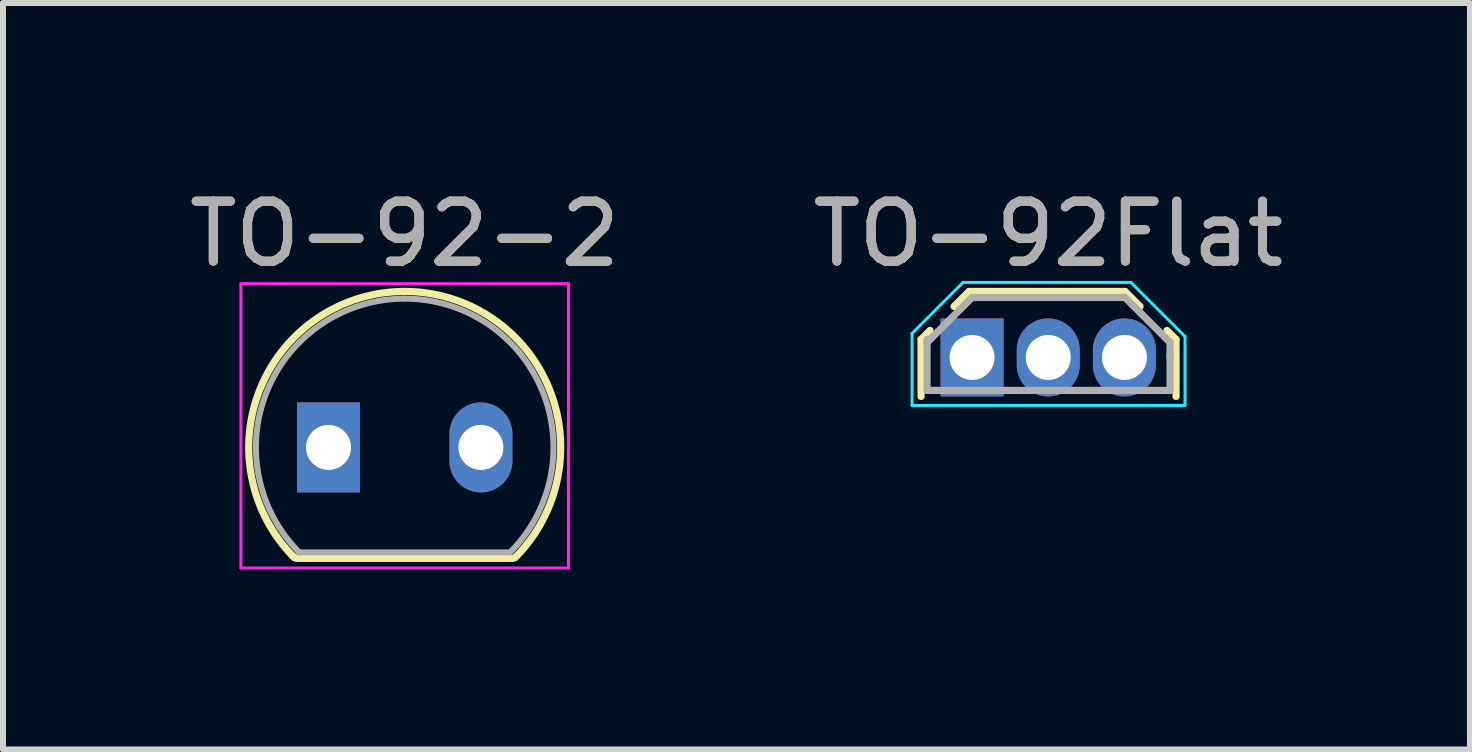
<source format=kicad_pcb>
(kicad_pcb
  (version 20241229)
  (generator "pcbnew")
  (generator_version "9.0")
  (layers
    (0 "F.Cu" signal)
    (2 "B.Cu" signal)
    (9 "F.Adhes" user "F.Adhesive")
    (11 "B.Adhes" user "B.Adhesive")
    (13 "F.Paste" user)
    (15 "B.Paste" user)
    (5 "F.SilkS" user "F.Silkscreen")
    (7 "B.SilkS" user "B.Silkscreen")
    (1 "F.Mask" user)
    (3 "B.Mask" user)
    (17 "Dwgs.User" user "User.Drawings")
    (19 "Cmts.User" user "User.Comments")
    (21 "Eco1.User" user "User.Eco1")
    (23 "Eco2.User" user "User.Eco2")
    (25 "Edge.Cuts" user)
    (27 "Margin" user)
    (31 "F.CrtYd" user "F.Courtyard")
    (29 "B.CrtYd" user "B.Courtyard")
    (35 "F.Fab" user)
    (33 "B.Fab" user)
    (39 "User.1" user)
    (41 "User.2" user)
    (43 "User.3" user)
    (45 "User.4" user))
  (footprint "TO-92-2"
    (layer "F.Cu")
    (at 2.426 4.408)
    (property "Reference" "TO-92-2" (at 1.27 -3.56 0) (layer "F.SilkS") (effects (font (size 1 1) (thickness 0.15))))
    (attr through_hole)
    (fp_line (start -0.53 1.85) (end 3.07 1.85) (stroke (width 0.12) (type solid)) (layer "F.SilkS"))
    (fp_arc (start -0.568478 1.838478) (mid -1.132087 -0.994977) (end 1.27 -2.6) (stroke (width 0.12) (type solid)) (layer "F.SilkS"))
    (fp_arc (start 1.27 -2.6) (mid 3.672087 -0.994977) (end 3.108478 1.838478) (stroke (width 0.12) (type solid)) (layer "F.SilkS"))
    (fp_line (start -1.46 -2.73) (end -1.46 2.01) (stroke (width 0.05) (type solid)) (layer "F.CrtYd"))
    (fp_line (start -1.46 -2.73) (end 4 -2.73) (stroke (width 0.05) (type solid)) (layer "F.CrtYd"))
    (fp_line (start 4 2.01) (end -1.46 2.01) (stroke (width 0.05) (type solid)) (layer "F.CrtYd"))
    (fp_line (start 4 2.01) (end 4 -2.73) (stroke (width 0.05) (type solid)) (layer "F.CrtYd"))
    (fp_line (start -0.5 1.75) (end 3 1.75) (stroke (width 0.1) (type solid)) (layer "F.Fab"))
    (fp_arc (start -0.483625 1.753625) (mid -1.021221 -0.949055) (end 1.27 -2.48) (stroke (width 0.1) (type solid)) (layer "F.Fab"))
    (fp_arc (start 1.27 -2.48) (mid 3.561221 -0.949055) (end 3.023625 1.753625) (stroke (width 0.1) (type solid)) (layer "F.Fab"))
    (fp_text user "${REFERENCE}" (at 1.27 -3.56 0) (layer "F.Fab") (effects (font (size 1 1) (thickness 0.15))))
    (pad "1" thru_hole rect (at 0 0) (size 1.05 1.5) (drill 0.75) (layers "*.Cu" "*.Mask"))
    (pad "2" thru_hole oval (at 2.54 0) (size 1.05 1.5) (drill 0.75) (layers "*.Cu" "*.Mask")))
  (footprint "TO-92Flat"
    (layer "F.Cu")
    (at 13.153 2.908)
    (property "Reference" "TO-92Flat" (at 1.27 -2.06 0) (layer "F.SilkS") (effects (font (size 1 1) (thickness 0.15))))
    (attr through_hole)
    (fp_line (start -0.85 0.65) (end -0.85 -0.3) (stroke (width 0.12) (type solid)) (layer "F.SilkS"))
    (fp_line (start -0.7 -0.45) (end -0.85 -0.3) (stroke (width 0.12) (type solid)) (layer "F.SilkS"))
    (fp_line (start -0.05 -1.1) (end -0.3 -0.85) (stroke (width 0.12) (type solid)) (layer "F.SilkS"))
    (fp_line (start 2.55 -1.1) (end -0.05 -1.1) (stroke (width 0.12) (type solid)) (layer "F.SilkS"))
    (fp_line (start 2.55 -1.1) (end 2.8 -0.85) (stroke (width 0.12) (type solid)) (layer "F.SilkS"))
    (fp_line (start 3.25 -0.45) (end 3.4 -0.3) (stroke (width 0.12) (type solid)) (layer "F.SilkS"))
    (fp_line (start 3.4 -0.3) (end 3.4 0.65) (stroke (width 0.12) (type solid)) (layer "F.SilkS"))
    (fp_line (start -1 -0.4) (end -0.15 -1.25) (stroke (width 0.05) (type solid)) (layer "B.CrtYd"))
    (fp_line (start -1 0.8) (end -1 -0.4) (stroke (width 0.05) (type solid)) (layer "B.CrtYd"))
    (fp_line (start -0.15 -1.25) (end 2.65 -1.25) (stroke (width 0.05) (type solid)) (layer "B.CrtYd"))
    (fp_line (start 2.65 -1.25) (end 3.55 -0.35) (stroke (width 0.05) (type solid)) (layer "B.CrtYd"))
    (fp_line (start 3.55 -0.35) (end 3.55 0.8) (stroke (width 0.05) (type solid)) (layer "B.CrtYd"))
    (fp_line (start 3.55 0.8) (end -1 0.8) (stroke (width 0.05) (type solid)) (layer "B.CrtYd"))
    (fp_line (start -0.75 -0.25) (end 0 -1) (stroke (width 0.12) (type solid)) (layer "F.Fab"))
    (fp_line (start -0.75 0.55) (end -0.75 -0.3) (stroke (width 0.12) (type solid)) (layer "F.Fab"))
    (fp_line (start -0.75 0.55) (end 3.3 0.55) (stroke (width 0.12) (type solid)) (layer "F.Fab"))
    (fp_line (start 0 -1) (end 2.55 -1) (stroke (width 0.12) (type solid)) (layer "F.Fab"))
    (fp_line (start 3.3 -0.25) (end 2.55 -1) (stroke (width 0.12) (type solid)) (layer "F.Fab"))
    (fp_line (start 3.3 0) (end 3.3 -0.25) (stroke (width 0.12) (type solid)) (layer "F.Fab"))
    (fp_line (start 3.3 0.55) (end 3.3 -0.05) (stroke (width 0.12) (type solid)) (layer "F.Fab"))
    (fp_text user "${REFERENCE}" (at 1.27 -2.06 0) (layer "F.Fab") (effects (font (size 1 1) (thickness 0.15))))
    (pad "1" thru_hole rect (at 0 0 180) (size 1.05 1.3) (drill 0.75) (layers "*.Cu" "*.Mask"))
    (pad "2" thru_hole oval (at 1.27 0 180) (size 1.05 1.3) (drill 0.75) (layers "*.Cu" "*.Mask"))
    (pad "3" thru_hole oval (at 2.54 0 180) (size 1.05 1.3) (drill 0.75) (layers "*.Cu" "*.Mask")))
  (gr_rect
    (start -3 -3)
    (end 21.452 9.443)
    (stroke (width 0.1) (type default))
    (fill no)
    (layer "Edge.Cuts")))
</source>
